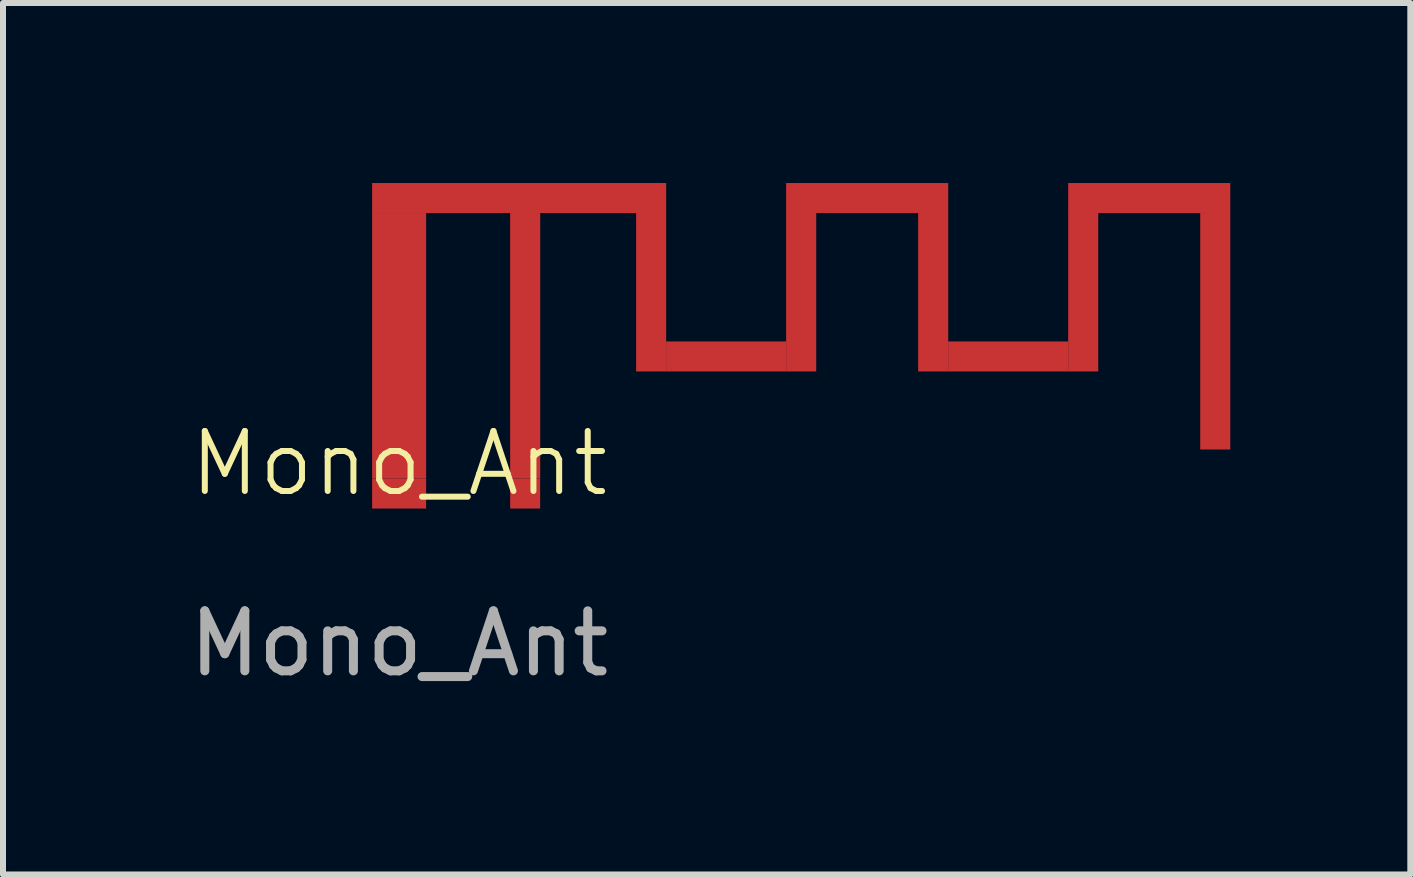
<source format=kicad_pcb>
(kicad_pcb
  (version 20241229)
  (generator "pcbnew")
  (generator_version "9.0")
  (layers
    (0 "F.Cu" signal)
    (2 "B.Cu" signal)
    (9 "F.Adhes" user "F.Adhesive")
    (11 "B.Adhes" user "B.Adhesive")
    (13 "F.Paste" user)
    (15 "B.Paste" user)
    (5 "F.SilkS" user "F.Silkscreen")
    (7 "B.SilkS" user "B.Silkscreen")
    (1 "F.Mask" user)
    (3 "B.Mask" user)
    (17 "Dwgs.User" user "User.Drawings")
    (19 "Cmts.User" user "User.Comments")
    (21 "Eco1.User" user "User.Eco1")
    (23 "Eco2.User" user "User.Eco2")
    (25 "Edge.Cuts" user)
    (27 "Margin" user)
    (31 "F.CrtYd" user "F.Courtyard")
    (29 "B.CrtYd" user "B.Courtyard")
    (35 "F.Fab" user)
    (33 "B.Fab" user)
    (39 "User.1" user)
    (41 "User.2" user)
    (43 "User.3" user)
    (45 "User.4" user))
  (footprint "Mono_Ant"
    (layer "F.Cu")
    (at 3.601 5.174)
    (property "Reference" "Mono_Ant" (at 0 -0.5 0) (unlocked yes) (layer "F.SilkS") (effects (font (size 1 1) (thickness 0.1))))
    (attr smd)
    (fp_rect (start -0.45 -4.674) (end 0.449 -0.25) (stroke (width 0.001) (type solid)) (fill yes) (layer "F.Cu"))
    (fp_rect (start -0.45 -4.674) (end 4.449 -5.174) (stroke (width 0.001) (type solid)) (fill yes) (layer "F.Cu"))
    (fp_rect (start 1.85 -4.674) (end 2.35 -0.25) (stroke (width 0.001) (type solid)) (fill yes) (layer "F.Cu"))
    (fp_rect (start 4.449 -2.534) (end 6.449 -2.034) (stroke (width 0.001) (type solid)) (fill yes) (layer "F.Cu"))
    (fp_rect (start 4.449 -2.034) (end 3.949 -4.674) (stroke (width 0.001) (type solid)) (fill yes) (layer "F.Cu"))
    (fp_rect (start 6.449 -5.174) (end 9.149 -4.674) (stroke (width 0.001) (type solid)) (fill yes) (layer "F.Cu"))
    (fp_rect (start 6.949 -2.034) (end 6.449 -4.674) (stroke (width 0.001) (type solid)) (fill yes) (layer "F.Cu"))
    (fp_rect (start 9.149 -2.534) (end 11.149 -2.034) (stroke (width 0.001) (type solid)) (fill yes) (layer "F.Cu"))
    (fp_rect (start 9.149 -2.034) (end 8.649 -4.674) (stroke (width 0.001) (type solid)) (fill yes) (layer "F.Cu"))
    (fp_rect (start 11.149 -5.174) (end 13.849 -4.674) (stroke (width 0.001) (type solid)) (fill yes) (layer "F.Cu"))
    (fp_rect (start 11.649 -2.034) (end 11.149 -4.674) (stroke (width 0.001) (type solid)) (fill yes) (layer "F.Cu"))
    (fp_rect (start 13.849 -4.674) (end 13.349 -0.734) (stroke (width 0.001) (type solid)) (fill yes) (layer "F.Cu"))
    (fp_text user "${REFERENCE}" (at 0 2.5 0) (unlocked yes) (layer "F.Fab") (effects (font (size 1 1) (thickness 0.15))))
    (pad "1" smd rect (at 2.1 0 180) (size 0.5 0.5) (layers "F.Cu" "F.Mask" "F.Paste"))
    (pad "2" smd rect (at 0 0 180) (size 0.9 0.5) (layers "F.Cu" "F.Mask" "F.Paste")))
  (gr_rect
    (start -3 -3)
    (end 20.451 11.522)
    (stroke (width 0.1) (type default))
    (fill no)
    (layer "Edge.Cuts")))
</source>
